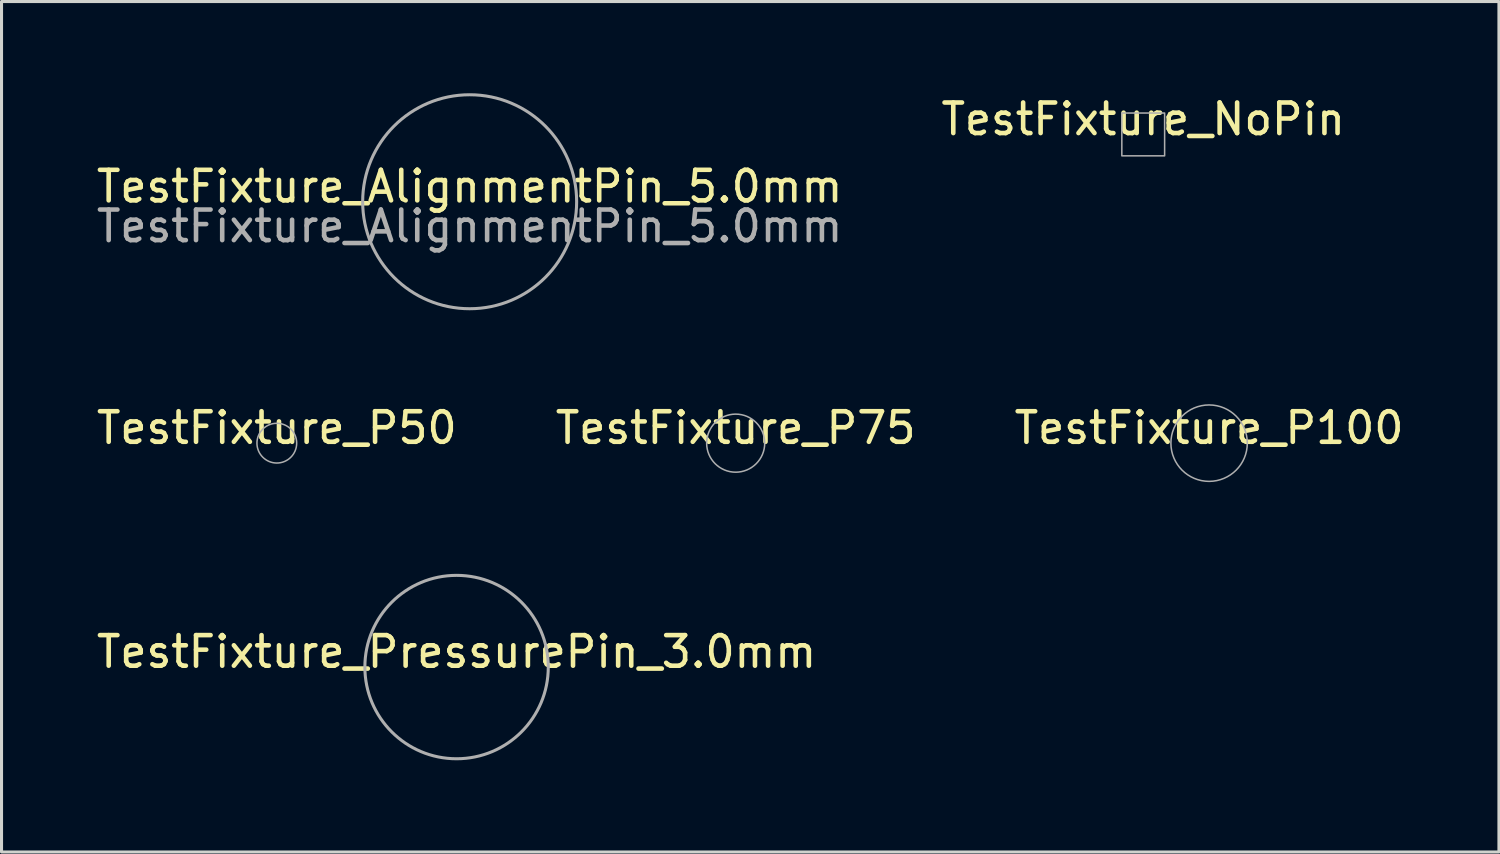
<source format=kicad_pcb>
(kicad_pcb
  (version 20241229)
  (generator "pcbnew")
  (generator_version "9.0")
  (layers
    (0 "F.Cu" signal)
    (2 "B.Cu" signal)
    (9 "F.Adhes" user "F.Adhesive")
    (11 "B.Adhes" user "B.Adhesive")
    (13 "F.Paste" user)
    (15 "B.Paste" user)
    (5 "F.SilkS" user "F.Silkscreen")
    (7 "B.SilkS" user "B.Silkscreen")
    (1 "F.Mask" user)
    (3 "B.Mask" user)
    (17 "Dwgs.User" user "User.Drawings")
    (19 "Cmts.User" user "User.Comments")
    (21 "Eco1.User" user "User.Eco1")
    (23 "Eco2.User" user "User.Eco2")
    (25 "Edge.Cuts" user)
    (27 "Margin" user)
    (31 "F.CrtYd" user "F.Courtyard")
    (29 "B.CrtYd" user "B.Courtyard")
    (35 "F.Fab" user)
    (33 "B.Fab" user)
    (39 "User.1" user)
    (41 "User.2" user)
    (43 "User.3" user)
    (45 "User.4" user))
  (footprint "TestFixture_AlignmentPin_5.0mm"
    (layer "F.Cu")
    (at 12.315 3.55)
    (property "Reference" "TestFixture_AlignmentPin_5.0mm" (at 0 -0.5 0) (unlocked yes) (layer "F.SilkS") (effects (font (size 1 1) (thickness 0.15))))
    (attr smd exclude_from_pos_files exclude_from_bom allow_missing_courtyard)
    (fp_line (start -1.3 -2.6) (end -1.3 2.6) (stroke (width 0.12) (type default)) (layer "Eco1.User"))
    (fp_line (start 1.3 -2.6) (end 1.3 2.6) (stroke (width 0.12) (type default)) (layer "Eco1.User"))
    (fp_circle (center 0 0) (end 0.1 0) (stroke (width 0.12) (type default)) (fill no) (layer "Eco1.User"))
    (fp_circle (center 0 0) (end 2.6 0) (stroke (width 0.12) (type default)) (fill no) (layer "Eco1.User"))
    (fp_circle (center 0 0) (end 3.5 0) (stroke (width 0.1) (type default)) (fill no) (layer "F.Fab"))
    (fp_text user "${REFERENCE}" (at 0 0.8 0) (unlocked yes) (layer "F.Fab") (effects (font (size 1 1) (thickness 0.15)))))
  (footprint "TestFixture_PressurePin_3.0mm"
    (layer "F.Cu")
    (at 11.887 18.773)
    (property "Reference" "TestFixture_PressurePin_3.0mm" (at 0 -0.5 0) (unlocked yes) (layer "F.SilkS") (effects (font (size 1 1) (thickness 0.15))))
    (attr smd exclude_from_pos_files exclude_from_bom allow_missing_courtyard)
    (fp_line (start -1.5 0) (end 0 -1.5) (stroke (width 0.12) (type default)) (layer "Eco1.User"))
    (fp_line (start -1.5 0) (end 0 1.5) (stroke (width 0.12) (type default)) (layer "Eco1.User"))
    (fp_line (start 1.5 0) (end 0 -1.5) (stroke (width 0.12) (type default)) (layer "Eco1.User"))
    (fp_line (start 1.5 0) (end 0 1.5) (stroke (width 0.12) (type default)) (layer "Eco1.User"))
    (fp_circle (center 0 0) (end 0.1 0) (stroke (width 0.12) (type default)) (fill no) (layer "Eco1.User"))
    (fp_circle (center 0 0) (end 1.5 0) (stroke (width 0.12) (type default)) (fill no) (layer "Eco1.User"))
    (fp_circle (center 0 0) (end 3 0) (stroke (width 0.1) (type default)) (fill no) (layer "F.Fab")))
  (footprint "TestFixture_P75"
    (layer "F.Cu")
    (at 21.018 11.448)
    (property "Reference" "TestFixture_P75" (at 0 -0.5 0) (unlocked yes) (layer "F.SilkS") (effects (font (size 1 1) (thickness 0.15))))
    (attr smd exclude_from_pos_files exclude_from_bom allow_missing_courtyard)
    (fp_line (start -0.7 -0.7) (end 0.7 0.7) (stroke (width 0.12) (type default)) (layer "Eco1.User"))
    (fp_line (start 0.7 -0.7) (end -0.7 0.7) (stroke (width 0.12) (type default)) (layer "Eco1.User"))
    (fp_circle (center 0 0) (end 0.1 0) (stroke (width 0.12) (type default)) (fill no) (layer "Eco1.User"))
    (fp_circle (center 0 0) (end 0.7 0) (stroke (width 0.12) (type default)) (fill no) (layer "Eco1.User"))
    (fp_circle (center 0 0) (end 0.95 0) (stroke (width 0.05) (type default)) (fill no) (layer "F.Fab")))
  (footprint "TestFixture_NoPin"
    (layer "F.Cu")
    (at 34.351 1.348)
    (property "Reference" "TestFixture_NoPin" (at 0 -0.5 0) (unlocked yes) (layer "F.SilkS") (effects (font (size 1 1) (thickness 0.15))))
    (attr smd exclude_from_pos_files exclude_from_bom allow_missing_courtyard)
    (fp_line (start -0.7 -0.7) (end 0.7 0.7) (stroke (width 0.12) (type default)) (layer "Eco1.User"))
    (fp_line (start 0.7 -0.7) (end -0.7 0.7) (stroke (width 0.12) (type default)) (layer "Eco1.User"))
    (fp_arc (start -0.7 0) (mid -0.205025 0.205025) (end 0 0.7) (stroke (width 0.1) (type default)) (layer "Eco1.User"))
    (fp_arc (start 0 -0.7) (mid -0.205025 -0.205025) (end -0.7 0) (stroke (width 0.1) (type default)) (layer "Eco1.User"))
    (fp_arc (start 0 0.7) (mid 0.205025 0.205025) (end 0.7 0) (stroke (width 0.1) (type default)) (layer "Eco1.User"))
    (fp_arc (start 0.7 0) (mid 0.205025 -0.205025) (end 0 -0.7) (stroke (width 0.1) (type default)) (layer "Eco1.User"))
    (fp_circle (center 0 0) (end 0.1 0) (stroke (width 0.12) (type default)) (fill no) (layer "Eco1.User"))
    (fp_rect (start -0.7 -0.7) (end 0.7 0.7) (stroke (width 0.05) (type default)) (fill no) (layer "F.Fab")))
  (footprint "TestFixture_P50"
    (layer "F.Cu")
    (at 6.006 11.448)
    (property "Reference" "TestFixture_P50" (at 0 -0.5 0) (unlocked yes) (layer "F.SilkS") (effects (font (size 1 1) (thickness 0.15))))
    (attr smd exclude_from_pos_files exclude_from_bom allow_missing_courtyard)
    (fp_line (start -0.65 -0.65) (end 0.65 0.65) (stroke (width 0.12) (type default)) (layer "Eco1.User"))
    (fp_line (start 0.65 -0.65) (end -0.65 0.65) (stroke (width 0.12) (type default)) (layer "Eco1.User"))
    (fp_circle (center 0 0) (end 0.1 0) (stroke (width 0.12) (type default)) (fill no) (layer "Eco1.User"))
    (fp_circle (center 0 0) (end 0.45 0) (stroke (width 0.12) (type default)) (fill no) (layer "Eco1.User"))
    (fp_circle (center 0 0) (end 0.65 0) (stroke (width 0.05) (type default)) (fill no) (layer "F.Fab")))
  (footprint "TestFixture_P100"
    (layer "F.Cu")
    (at 36.506 11.448)
    (property "Reference" "TestFixture_P100" (at 0 -0.5 0) (unlocked yes) (layer "F.SilkS") (effects (font (size 1 1) (thickness 0.15))))
    (attr smd exclude_from_pos_files exclude_from_bom allow_missing_courtyard)
    (fp_line (start -0.85 -0.85) (end 0.85 0.85) (stroke (width 0.12) (type default)) (layer "Eco1.User"))
    (fp_line (start 0.85 -0.85) (end -0.85 0.85) (stroke (width 0.12) (type default)) (layer "Eco1.User"))
    (fp_circle (center 0 0) (end 0.1 0) (stroke (width 0.12) (type default)) (fill no) (layer "Eco1.User"))
    (fp_circle (center 0 0) (end 0.85 0) (stroke (width 0.12) (type default)) (fill no) (layer "Eco1.User"))
    (fp_circle (center 0 0) (end 1.25 0) (stroke (width 0.05) (type default)) (fill no) (layer "F.Fab")))
  (gr_rect
    (start -3 -3)
    (end 45.988 24.823)
    (stroke (width 0.1) (type default))
    (fill no)
    (layer "Edge.Cuts")))
</source>
